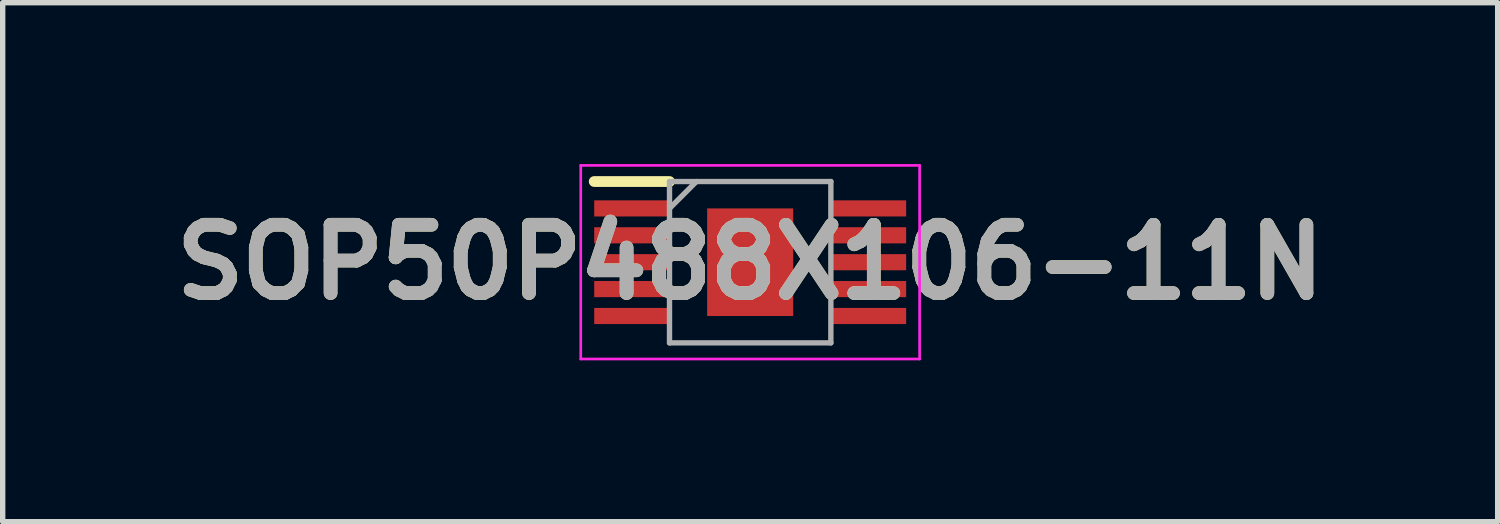
<source format=kicad_pcb>
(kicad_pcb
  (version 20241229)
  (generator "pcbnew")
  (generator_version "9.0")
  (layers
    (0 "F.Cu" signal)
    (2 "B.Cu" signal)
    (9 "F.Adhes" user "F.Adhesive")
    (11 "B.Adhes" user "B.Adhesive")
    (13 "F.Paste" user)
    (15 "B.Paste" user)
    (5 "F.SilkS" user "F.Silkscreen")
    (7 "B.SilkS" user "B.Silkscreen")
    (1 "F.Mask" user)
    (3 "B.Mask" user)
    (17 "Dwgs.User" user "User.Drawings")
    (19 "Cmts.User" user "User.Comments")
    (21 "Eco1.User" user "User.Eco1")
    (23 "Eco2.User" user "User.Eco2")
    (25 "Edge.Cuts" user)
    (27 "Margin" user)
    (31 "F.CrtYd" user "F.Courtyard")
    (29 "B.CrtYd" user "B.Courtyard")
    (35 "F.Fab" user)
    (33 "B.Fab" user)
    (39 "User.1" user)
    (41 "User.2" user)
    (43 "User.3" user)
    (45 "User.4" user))
  (footprint "SOP50P488X106-11N"
    (layer "F.Cu")
    (at 10.898 1.825)
    (property "Reference" "SOP50P488X106-11N" (at 0 0 0) (layer "F.SilkS") (effects (font (size 1.27 1.27) (thickness 0.254))))
    (attr smd)
    (fp_line (start -2.9 -1.5) (end -1.5 -1.5) (stroke (width 0.2) (type solid)) (layer "F.SilkS"))
    (fp_line (start -3.15 -1.8) (end 3.15 -1.8) (stroke (width 0.05) (type solid)) (layer "F.CrtYd"))
    (fp_line (start -3.15 1.8) (end -3.15 -1.8) (stroke (width 0.05) (type solid)) (layer "F.CrtYd"))
    (fp_line (start 3.15 -1.8) (end 3.15 1.8) (stroke (width 0.05) (type solid)) (layer "F.CrtYd"))
    (fp_line (start 3.15 1.8) (end -3.15 1.8) (stroke (width 0.05) (type solid)) (layer "F.CrtYd"))
    (fp_line (start -1.5 -1.5) (end 1.5 -1.5) (stroke (width 0.1) (type solid)) (layer "F.Fab"))
    (fp_line (start -1.5 -1) (end -1 -1.5) (stroke (width 0.1) (type solid)) (layer "F.Fab"))
    (fp_line (start -1.5 1.5) (end -1.5 -1.5) (stroke (width 0.1) (type solid)) (layer "F.Fab"))
    (fp_line (start 1.5 -1.5) (end 1.5 1.5) (stroke (width 0.1) (type solid)) (layer "F.Fab"))
    (fp_line (start 1.5 1.5) (end -1.5 1.5) (stroke (width 0.1) (type solid)) (layer "F.Fab"))
    (fp_text user "${REFERENCE}" (at 0 0 0) (layer "F.Fab") (effects (font (size 1.27 1.27) (thickness 0.254))))
    (pad "1" smd rect (at -2.2 -1 90) (size 0.3 1.4) (layers "F.Cu" "F.Mask" "F.Paste"))
    (pad "2" smd rect (at -2.2 -0.5 90) (size 0.3 1.4) (layers "F.Cu" "F.Mask" "F.Paste"))
    (pad "3" smd rect (at -2.2 0 90) (size 0.3 1.4) (layers "F.Cu" "F.Mask" "F.Paste"))
    (pad "4" smd rect (at -2.2 0.5 90) (size 0.3 1.4) (layers "F.Cu" "F.Mask" "F.Paste"))
    (pad "5" smd rect (at -2.2 1 90) (size 0.3 1.4) (layers "F.Cu" "F.Mask" "F.Paste"))
    (pad "6" smd rect (at 2.2 1 90) (size 0.3 1.4) (layers "F.Cu" "F.Mask" "F.Paste"))
    (pad "7" smd rect (at 2.2 0.5 90) (size 0.3 1.4) (layers "F.Cu" "F.Mask" "F.Paste"))
    (pad "8" smd rect (at 2.2 0 90) (size 0.3 1.4) (layers "F.Cu" "F.Mask" "F.Paste"))
    (pad "9" smd rect (at 2.2 -0.5 90) (size 0.3 1.4) (layers "F.Cu" "F.Mask" "F.Paste"))
    (pad "10" smd rect (at 2.2 -1 90) (size 0.3 1.4) (layers "F.Cu" "F.Mask" "F.Paste"))
    (pad "11" smd rect (at 0 0) (size 1.6 2) (layers "F.Cu" "F.Mask" "F.Paste")))
  (gr_rect
    (start -3 -3)
    (end 24.796 6.65)
    (stroke (width 0.1) (type default))
    (fill no)
    (layer "Edge.Cuts")))
</source>
